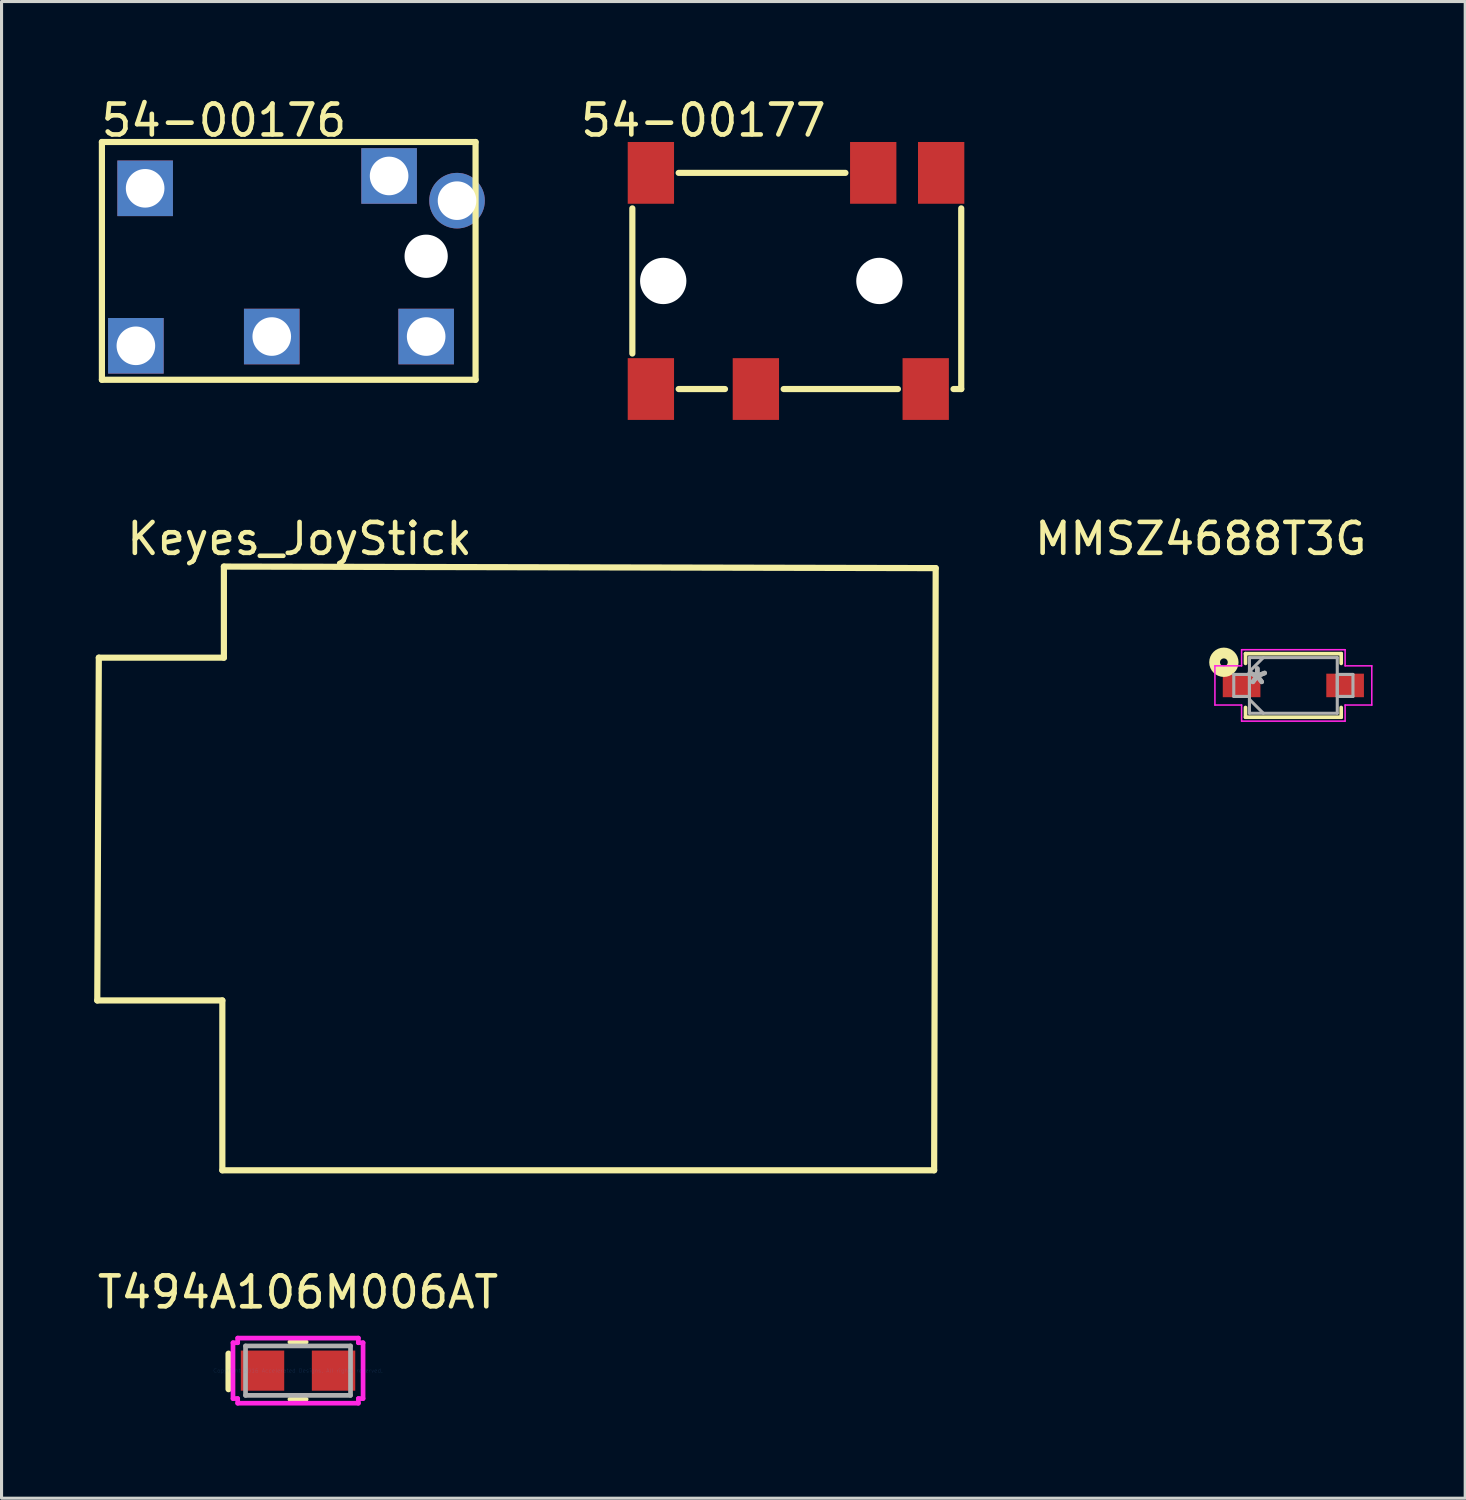
<source format=kicad_pcb>
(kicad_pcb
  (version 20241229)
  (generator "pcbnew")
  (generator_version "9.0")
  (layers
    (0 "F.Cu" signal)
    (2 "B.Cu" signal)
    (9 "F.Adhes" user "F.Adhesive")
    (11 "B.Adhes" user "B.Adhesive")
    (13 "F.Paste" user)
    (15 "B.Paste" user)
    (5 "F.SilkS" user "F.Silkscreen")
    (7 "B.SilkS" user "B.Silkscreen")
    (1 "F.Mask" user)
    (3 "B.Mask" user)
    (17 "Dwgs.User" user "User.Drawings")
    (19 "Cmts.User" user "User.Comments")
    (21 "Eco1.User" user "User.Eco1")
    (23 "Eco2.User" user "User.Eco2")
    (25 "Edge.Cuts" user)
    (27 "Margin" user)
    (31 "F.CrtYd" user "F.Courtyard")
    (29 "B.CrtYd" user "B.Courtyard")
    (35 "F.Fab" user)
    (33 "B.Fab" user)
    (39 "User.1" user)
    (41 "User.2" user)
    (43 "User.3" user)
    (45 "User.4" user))
  (footprint "T494A106M006AT"
    (layer "F.Cu")
    (at 6.601 41.335)
    (property "Reference" "T494A106M006AT" (at 0 -2.54 0) (layer "F.SilkS") (effects (font (size 1 1) (thickness 0.15))))
    (attr through_hole)
    (fp_line (start -2.25 -0.55) (end -2.25 0.6) (stroke (width 0.2) (type solid)) (layer "F.SilkS"))
    (fp_line (start -0.263 0.927) (end 0.263 0.927) (stroke (width 0.152) (type solid)) (layer "F.SilkS"))
    (fp_line (start 0.263 -0.927) (end -0.263 -0.927) (stroke (width 0.152) (type solid)) (layer "F.SilkS"))
    (fp_line (start -2.106 -0.904) (end -1.954 -0.904) (stroke (width 0.152) (type solid)) (layer "F.CrtYd"))
    (fp_line (start -2.106 0.904) (end -2.106 -0.904) (stroke (width 0.152) (type solid)) (layer "F.CrtYd"))
    (fp_line (start -1.954 -1.054) (end 1.954 -1.054) (stroke (width 0.152) (type solid)) (layer "F.CrtYd"))
    (fp_line (start -1.954 -0.904) (end -1.954 -1.054) (stroke (width 0.152) (type solid)) (layer "F.CrtYd"))
    (fp_line (start -1.954 0.904) (end -2.106 0.904) (stroke (width 0.152) (type solid)) (layer "F.CrtYd"))
    (fp_line (start -1.954 1.054) (end -1.954 0.904) (stroke (width 0.152) (type solid)) (layer "F.CrtYd"))
    (fp_line (start 1.954 -1.054) (end 1.954 -0.904) (stroke (width 0.152) (type solid)) (layer "F.CrtYd"))
    (fp_line (start 1.954 -0.904) (end 2.106 -0.904) (stroke (width 0.152) (type solid)) (layer "F.CrtYd"))
    (fp_line (start 1.954 0.904) (end 1.954 1.054) (stroke (width 0.152) (type solid)) (layer "F.CrtYd"))
    (fp_line (start 1.954 1.054) (end -1.954 1.054) (stroke (width 0.152) (type solid)) (layer "F.CrtYd"))
    (fp_line (start 2.106 -0.904) (end 2.106 0.904) (stroke (width 0.152) (type solid)) (layer "F.CrtYd"))
    (fp_line (start 2.106 0.904) (end 1.954 0.904) (stroke (width 0.152) (type solid)) (layer "F.CrtYd"))
    (fp_line (start -1.7 -0.8) (end -1.7 0.8) (stroke (width 0.152) (type solid)) (layer "F.Fab"))
    (fp_line (start -1.7 0.8) (end 1.7 0.8) (stroke (width 0.152) (type solid)) (layer "F.Fab"))
    (fp_line (start 1.7 -0.8) (end -1.7 -0.8) (stroke (width 0.152) (type solid)) (layer "F.Fab"))
    (fp_line (start 1.7 0.8) (end 1.7 -0.8) (stroke (width 0.152) (type solid)) (layer "F.Fab"))
    (fp_text user "Copyright 2016 Accelerated Designs. All rights reserved." (at 0 0 0) (layer "Cmts.User") (effects (font (size 0.127 0.127) (thickness 0.002))))
    (pad "1" smd rect (at -1.15 0 90) (size 1.3 1.405) (layers "F.Cu" "F.Mask" "F.Paste"))
    (pad "2" smd rect (at 1.15 0 90) (size 1.3 1.405) (layers "F.Cu" "F.Mask" "F.Paste")))
  (footprint "54-00177"
    (layer "F.Cu")
    (at 15.927 6.048)
    (property "Reference" "54-00177" (at 3.8 -5.2 0) (layer "F.SilkS") (effects (font (size 1 1) (thickness 0.15))))
    (attr through_hole)
    (fp_line (start 1.5 2.35) (end 1.5 -2.35) (stroke (width 0.2) (type solid)) (layer "F.SilkS"))
    (fp_line (start 3 -3.5) (end 8.4 -3.5) (stroke (width 0.2) (type solid)) (layer "F.SilkS"))
    (fp_line (start 3 3.5) (end 4.5 3.5) (stroke (width 0.2) (type solid)) (layer "F.SilkS"))
    (fp_line (start 6.4 3.5) (end 10.1 3.5) (stroke (width 0.2) (type solid)) (layer "F.SilkS"))
    (fp_line (start 12.15 3.5) (end 11.9 3.5) (stroke (width 0.2) (type solid)) (layer "F.SilkS"))
    (fp_line (start 12.15 3.5) (end 12.15 -2.35) (stroke (width 0.2) (type solid)) (layer "F.SilkS"))
    (pad "" np_thru_hole circle (at 2.5 0) (size 1.5 1.5) (drill 1.5) (layers "*.Cu" "*.Mask"))
    (pad "" np_thru_hole circle (at 9.5 0) (size 1.5 1.5) (drill 1.5) (layers "*.Cu" "*.Mask"))
    (pad "1" smd rect (at 2.1 3.5) (size 1.5 2) (layers "F.Cu" "F.Mask" "F.Paste"))
    (pad "2" smd rect (at 2.1 -3.5) (size 1.5 2) (layers "F.Cu" "F.Mask" "F.Paste"))
    (pad "3" smd rect (at 5.5 3.5) (size 1.5 2) (layers "F.Cu" "F.Mask" "F.Paste"))
    (pad "4" smd rect (at 9.3 -3.5) (size 1.5 2) (layers "F.Cu" "F.Mask" "F.Paste"))
    (pad "5" smd rect (at 11.5 -3.5) (size 1.5 2) (layers "F.Cu" "F.Mask" "F.Paste"))
    (pad "6" smd rect (at 11 3.5) (size 1.5 2) (layers "F.Cu" "F.Mask" "F.Paste")))
  (footprint "54-00176"
    (layer "F.Cu")
    (at 0.25 5.248)
    (property "Reference" "54-00176" (at 3.95 -4.4 0) (layer "F.SilkS") (effects (font (size 1 1) (thickness 0.15))))
    (attr through_hole)
    (fp_line (start 0 -3.7) (end 12.1 -3.7) (stroke (width 0.2) (type solid)) (layer "F.SilkS"))
    (fp_line (start 0 4) (end 0 -3.7) (stroke (width 0.2) (type solid)) (layer "F.SilkS"))
    (fp_line (start 12.1 -3.7) (end 12.1 4) (stroke (width 0.2) (type solid)) (layer "F.SilkS"))
    (fp_line (start 12.1 4) (end 0 4) (stroke (width 0.2) (type solid)) (layer "F.SilkS"))
    (pad "" np_thru_hole circle (at 10.5 0) (size 1.4 1.4) (drill 1.4) (layers "*.Cu" "*.Mask"))
    (pad "1" thru_hole rect (at 1.1 2.9) (size 1.8 1.8) (drill 1.25) (layers "*.Cu" "*.Mask"))
    (pad "2" thru_hole rect (at 1.4 -2.2) (size 1.8 1.8) (drill 1.25) (layers "*.Cu" "*.Mask"))
    (pad "3" thru_hole rect (at 5.5 2.6) (size 1.8 1.8) (drill 1.25) (layers "*.Cu" "*.Mask"))
    (pad "4" thru_hole rect (at 9.3 -2.6) (size 1.8 1.8) (drill 1.25) (layers "*.Cu" "*.Mask"))
    (pad "5" thru_hole circle (at 11.5 -1.8) (size 1.8 1.8) (drill 1.25) (layers "*.Cu" "*.Mask"))
    (pad "6" thru_hole rect (at 10.5 2.6) (size 1.8 1.8) (drill 1.25) (layers "*.Cu" "*.Mask")))
  (footprint "Keyes_JoyStick"
    (layer "F.Cu")
    (at 14.15 23.747)
    (property "Reference" "Keyes_JoyStick" (at -7.5 -9.35 0) (layer "F.SilkS") (effects (font (size 1 1) (thickness 0.15))))
    (attr through_hole)
    (fp_line (start -14.05 5.6) (end -14 -5.5) (stroke (width 0.2) (type solid)) (layer "F.SilkS"))
    (fp_line (start -10 5.6) (end -14.05 5.6) (stroke (width 0.2) (type solid)) (layer "F.SilkS"))
    (fp_line (start -10 11.1) (end -10 5.6) (stroke (width 0.2) (type solid)) (layer "F.SilkS"))
    (fp_line (start -10 11.1) (end 13.05 11.1) (stroke (width 0.2) (type solid)) (layer "F.SilkS"))
    (fp_line (start -9.95 -8.45) (end 13.1 -8.4) (stroke (width 0.2) (type solid)) (layer "F.SilkS"))
    (fp_line (start -9.95 -5.5) (end -14 -5.5) (stroke (width 0.2) (type solid)) (layer "F.SilkS"))
    (fp_line (start -9.95 -5.5) (end -9.95 -8.45) (stroke (width 0.2) (type solid)) (layer "F.SilkS"))
    (fp_line (start 13.1 -8.4) (end 13.05 11.1) (stroke (width 0.2) (type solid)) (layer "F.SilkS")))
  (footprint "MMSZ4688T3G"
    (layer "F.Cu")
    (at 38.832 19.146)
    (property "Reference" "MMSZ4688T3G" (at -3 -4.75 0) (layer "F.SilkS") (effects (font (size 1 1) (thickness 0.15))))
    (attr through_hole)
    (fp_line (start -1.549 -1.029) (end -1.549 -0.714) (stroke (width 0.12) (type solid)) (layer "F.SilkS"))
    (fp_line (start -1.549 0.714) (end -1.549 1.029) (stroke (width 0.12) (type solid)) (layer "F.SilkS"))
    (fp_line (start -1.549 1.029) (end 1.549 1.029) (stroke (width 0.12) (type solid)) (layer "F.SilkS"))
    (fp_line (start 1.549 -1.029) (end -1.549 -1.029) (stroke (width 0.12) (type solid)) (layer "F.SilkS"))
    (fp_line (start 1.549 -0.714) (end 1.549 -1.029) (stroke (width 0.12) (type solid)) (layer "F.SilkS"))
    (fp_line (start 1.549 1.029) (end 1.549 0.714) (stroke (width 0.12) (type solid)) (layer "F.SilkS"))
    (fp_circle (center -2.25 -0.75) (end -2.125 -0.75) (stroke (width 0.35) (type solid)) (fill no) (layer "F.SilkS"))
    (fp_line (start -2.54 -0.635) (end -1.676 -0.635) (stroke (width 0.05) (type solid)) (layer "F.CrtYd"))
    (fp_line (start -2.54 0.635) (end -2.54 -0.635) (stroke (width 0.05) (type solid)) (layer "F.CrtYd"))
    (fp_line (start -1.676 -1.156) (end 1.676 -1.156) (stroke (width 0.05) (type solid)) (layer "F.CrtYd"))
    (fp_line (start -1.676 -0.635) (end -1.676 -1.156) (stroke (width 0.05) (type solid)) (layer "F.CrtYd"))
    (fp_line (start -1.676 0.635) (end -2.54 0.635) (stroke (width 0.05) (type solid)) (layer "F.CrtYd"))
    (fp_line (start -1.676 1.156) (end -1.676 0.635) (stroke (width 0.05) (type solid)) (layer "F.CrtYd"))
    (fp_line (start 1.676 -1.156) (end 1.676 -0.635) (stroke (width 0.05) (type solid)) (layer "F.CrtYd"))
    (fp_line (start 1.676 -0.635) (end 2.54 -0.635) (stroke (width 0.05) (type solid)) (layer "F.CrtYd"))
    (fp_line (start 1.676 0.635) (end 1.676 1.156) (stroke (width 0.05) (type solid)) (layer "F.CrtYd"))
    (fp_line (start 1.676 1.156) (end -1.676 1.156) (stroke (width 0.05) (type solid)) (layer "F.CrtYd"))
    (fp_line (start 2.54 -0.635) (end 2.54 0.635) (stroke (width 0.05) (type solid)) (layer "F.CrtYd"))
    (fp_line (start 2.54 0.635) (end 1.676 0.635) (stroke (width 0.05) (type solid)) (layer "F.CrtYd"))
    (fp_line (start -1.93 -0.356) (end -1.93 0.356) (stroke (width 0.1) (type solid)) (layer "F.Fab"))
    (fp_line (start -1.93 0.356) (end -1.422 0.356) (stroke (width 0.1) (type solid)) (layer "F.Fab"))
    (fp_line (start -1.422 -0.902) (end -1.422 0.902) (stroke (width 0.1) (type solid)) (layer "F.Fab"))
    (fp_line (start -1.422 -0.451) (end -0.972 -0.902) (stroke (width 0.1) (type solid)) (layer "F.Fab"))
    (fp_line (start -1.422 -0.356) (end -1.93 -0.356) (stroke (width 0.1) (type solid)) (layer "F.Fab"))
    (fp_line (start -1.422 0.356) (end -1.422 -0.356) (stroke (width 0.1) (type solid)) (layer "F.Fab"))
    (fp_line (start -1.422 0.451) (end -0.972 0.902) (stroke (width 0.1) (type solid)) (layer "F.Fab"))
    (fp_line (start -1.422 0.902) (end 1.422 0.902) (stroke (width 0.1) (type solid)) (layer "F.Fab"))
    (fp_line (start 1.422 -0.902) (end -1.422 -0.902) (stroke (width 0.1) (type solid)) (layer "F.Fab"))
    (fp_line (start 1.422 -0.356) (end 1.422 0.356) (stroke (width 0.1) (type solid)) (layer "F.Fab"))
    (fp_line (start 1.422 0.356) (end 1.93 0.356) (stroke (width 0.1) (type solid)) (layer "F.Fab"))
    (fp_line (start 1.422 0.902) (end 1.422 -0.902) (stroke (width 0.1) (type solid)) (layer "F.Fab"))
    (fp_line (start 1.93 -0.356) (end 1.422 -0.356) (stroke (width 0.1) (type solid)) (layer "F.Fab"))
    (fp_line (start 1.93 0.356) (end 1.93 -0.356) (stroke (width 0.1) (type solid)) (layer "F.Fab"))
    (fp_text user "*" (at -1.168 0 0) (layer "F.Fab") (effects (font (size 1 1) (thickness 0.15))))
    (fp_text user "*" (at -1.168 0 0) (layer "F.Fab") (effects (font (size 1 1) (thickness 0.15))))
    (pad "1" smd rect (at -1.676 0) (size 1.219 0.762) (layers "F.Cu" "F.Mask" "F.Paste"))
    (pad "2" smd rect (at 1.676 0) (size 1.219 0.762) (layers "F.Cu" "F.Mask" "F.Paste")))
  (gr_rect
    (start -3 -3)
    (end 44.397 45.465)
    (stroke (width 0.1) (type default))
    (fill no)
    (layer "Edge.Cuts")))
</source>
